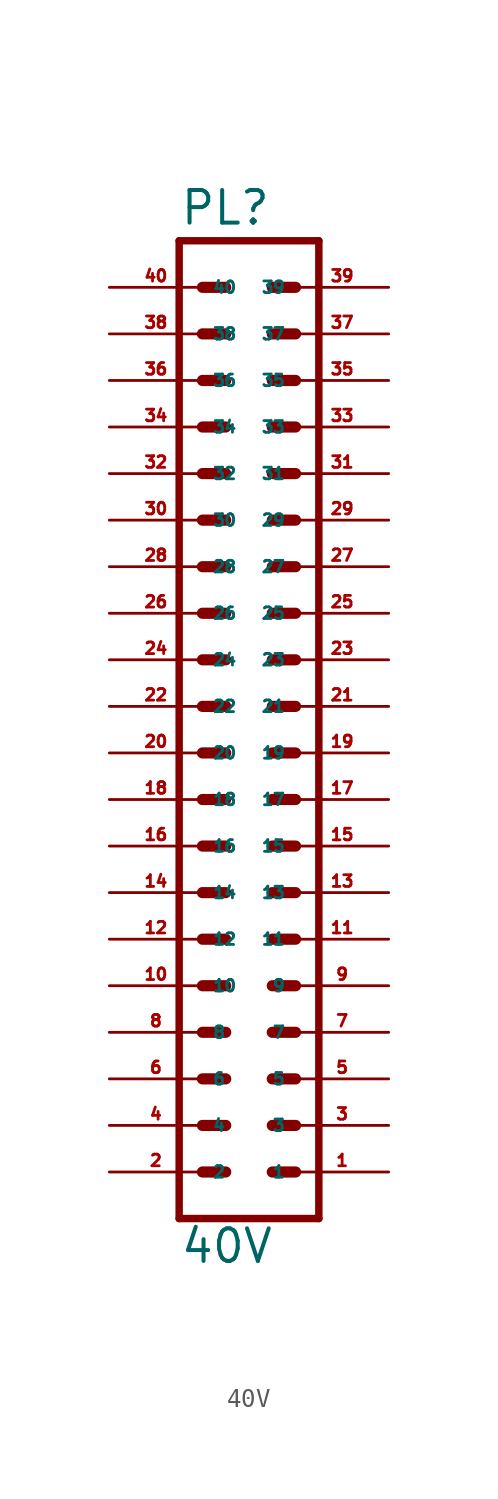
<source format=kicad_sym>
(kicad_symbol_lib
  (version 20220914)
  (generator Eagle2Kicad)
  (symbol "40V"
    (property "Reference" "PL"
      (at -3.81 26.162 0)
      (effects (font (size 1.778 1.778) (thickness 0.22)) (justify left bottom)))
    (property "Value" "40V"
      (at -3.81 -30.48 0)
      (effects (font (size 1.778 1.778) (thickness 0.22)) (justify left bottom)))
    (polyline
      (pts (xy 3.81 -27.94) (xy -3.81 -27.94))
      (stroke (width 0.406) (type default))
      (fill (type none)))
    (polyline
      (pts (xy 1.27 -15.24) (xy 2.54 -15.24))
      (stroke (width 0.61) (type default))
      (fill (type none)))
    (polyline
      (pts (xy 1.27 -17.78) (xy 2.54 -17.78))
      (stroke (width 0.61) (type default))
      (fill (type none)))
    (polyline
      (pts (xy 1.27 -20.32) (xy 2.54 -20.32))
      (stroke (width 0.61) (type default))
      (fill (type none)))
    (polyline
      (pts (xy 1.27 -22.86) (xy 2.54 -22.86))
      (stroke (width 0.61) (type default))
      (fill (type none)))
    (polyline
      (pts (xy 1.27 -25.4) (xy 2.54 -25.4))
      (stroke (width 0.61) (type default))
      (fill (type none)))
    (polyline
      (pts (xy -2.54 -15.24) (xy -1.27 -15.24))
      (stroke (width 0.61) (type default))
      (fill (type none)))
    (polyline
      (pts (xy -2.54 -17.78) (xy -1.27 -17.78))
      (stroke (width 0.61) (type default))
      (fill (type none)))
    (polyline
      (pts (xy -2.54 -20.32) (xy -1.27 -20.32))
      (stroke (width 0.61) (type default))
      (fill (type none)))
    (polyline
      (pts (xy -2.54 -22.86) (xy -1.27 -22.86))
      (stroke (width 0.61) (type default))
      (fill (type none)))
    (polyline
      (pts (xy -2.54 -25.4) (xy -1.27 -25.4))
      (stroke (width 0.61) (type default))
      (fill (type none)))
    (polyline
      (pts (xy 1.27 -2.54) (xy 2.54 -2.54))
      (stroke (width 0.61) (type default))
      (fill (type none)))
    (polyline
      (pts (xy 1.27 -5.08) (xy 2.54 -5.08))
      (stroke (width 0.61) (type default))
      (fill (type none)))
    (polyline
      (pts (xy 1.27 -7.62) (xy 2.54 -7.62))
      (stroke (width 0.61) (type default))
      (fill (type none)))
    (polyline
      (pts (xy 1.27 -10.16) (xy 2.54 -10.16))
      (stroke (width 0.61) (type default))
      (fill (type none)))
    (polyline
      (pts (xy 1.27 -12.7) (xy 2.54 -12.7))
      (stroke (width 0.61) (type default))
      (fill (type none)))
    (polyline
      (pts (xy -2.54 -2.54) (xy -1.27 -2.54))
      (stroke (width 0.61) (type default))
      (fill (type none)))
    (polyline
      (pts (xy -2.54 -5.08) (xy -1.27 -5.08))
      (stroke (width 0.61) (type default))
      (fill (type none)))
    (polyline
      (pts (xy -2.54 -7.62) (xy -1.27 -7.62))
      (stroke (width 0.61) (type default))
      (fill (type none)))
    (polyline
      (pts (xy -2.54 -10.16) (xy -1.27 -10.16))
      (stroke (width 0.61) (type default))
      (fill (type none)))
    (polyline
      (pts (xy -2.54 -12.7) (xy -1.27 -12.7))
      (stroke (width 0.61) (type default))
      (fill (type none)))
    (polyline
      (pts (xy 1.27 10.16) (xy 2.54 10.16))
      (stroke (width 0.61) (type default))
      (fill (type none)))
    (polyline
      (pts (xy 1.27 7.62) (xy 2.54 7.62))
      (stroke (width 0.61) (type default))
      (fill (type none)))
    (polyline
      (pts (xy 1.27 5.08) (xy 2.54 5.08))
      (stroke (width 0.61) (type default))
      (fill (type none)))
    (polyline
      (pts (xy 1.27 2.54) (xy 2.54 2.54))
      (stroke (width 0.61) (type default))
      (fill (type none)))
    (polyline
      (pts (xy 1.27 0) (xy 2.54 0))
      (stroke (width 0.61) (type default))
      (fill (type none)))
    (polyline
      (pts (xy -2.54 10.16) (xy -1.27 10.16))
      (stroke (width 0.61) (type default))
      (fill (type none)))
    (polyline
      (pts (xy -2.54 7.62) (xy -1.27 7.62))
      (stroke (width 0.61) (type default))
      (fill (type none)))
    (polyline
      (pts (xy -2.54 5.08) (xy -1.27 5.08))
      (stroke (width 0.61) (type default))
      (fill (type none)))
    (polyline
      (pts (xy -2.54 2.54) (xy -1.27 2.54))
      (stroke (width 0.61) (type default))
      (fill (type none)))
    (polyline
      (pts (xy -2.54 0) (xy -1.27 0))
      (stroke (width 0.61) (type default))
      (fill (type none)))
    (polyline
      (pts (xy -3.81 25.4) (xy -3.81 -27.94))
      (stroke (width 0.406) (type default))
      (fill (type none)))
    (polyline
      (pts (xy 3.81 -27.94) (xy 3.81 25.4))
      (stroke (width 0.406) (type default))
      (fill (type none)))
    (polyline
      (pts (xy -3.81 25.4) (xy 3.81 25.4))
      (stroke (width 0.406) (type default))
      (fill (type none)))
    (polyline
      (pts (xy 1.27 22.86) (xy 2.54 22.86))
      (stroke (width 0.61) (type default))
      (fill (type none)))
    (polyline
      (pts (xy 1.27 20.32) (xy 2.54 20.32))
      (stroke (width 0.61) (type default))
      (fill (type none)))
    (polyline
      (pts (xy 1.27 17.78) (xy 2.54 17.78))
      (stroke (width 0.61) (type default))
      (fill (type none)))
    (polyline
      (pts (xy 1.27 15.24) (xy 2.54 15.24))
      (stroke (width 0.61) (type default))
      (fill (type none)))
    (polyline
      (pts (xy 1.27 12.7) (xy 2.54 12.7))
      (stroke (width 0.61) (type default))
      (fill (type none)))
    (polyline
      (pts (xy -2.54 22.86) (xy -1.27 22.86))
      (stroke (width 0.61) (type default))
      (fill (type none)))
    (polyline
      (pts (xy -2.54 20.32) (xy -1.27 20.32))
      (stroke (width 0.61) (type default))
      (fill (type none)))
    (polyline
      (pts (xy -2.54 17.78) (xy -1.27 17.78))
      (stroke (width 0.61) (type default))
      (fill (type none)))
    (polyline
      (pts (xy -2.54 15.24) (xy -1.27 15.24))
      (stroke (width 0.61) (type default))
      (fill (type none)))
    (polyline
      (pts (xy -2.54 12.7) (xy -1.27 12.7))
      (stroke (width 0.61) (type default))
      (fill (type none)))
    (pin passive line
      (at 7.62 -25.4 180)
      (length 5.08)
      (name "1" (effects (font (size 0.635 0.635) (thickness 0.08)) (justify left bottom)))
      (number "1" (effects (font (size 0.635 0.635) (thickness 0.08)) (justify left bottom))))
    (pin passive line
      (at 7.62 -22.86 180)
      (length 5.08)
      (name "3" (effects (font (size 0.635 0.635) (thickness 0.08)) (justify left bottom)))
      (number "3" (effects (font (size 0.635 0.635) (thickness 0.08)) (justify left bottom))))
    (pin passive line
      (at 7.62 -20.32 180)
      (length 5.08)
      (name "5" (effects (font (size 0.635 0.635) (thickness 0.08)) (justify left bottom)))
      (number "5" (effects (font (size 0.635 0.635) (thickness 0.08)) (justify left bottom))))
    (pin passive line
      (at 7.62 -17.78 180)
      (length 5.08)
      (name "7" (effects (font (size 0.635 0.635) (thickness 0.08)) (justify left bottom)))
      (number "7" (effects (font (size 0.635 0.635) (thickness 0.08)) (justify left bottom))))
    (pin passive line
      (at 7.62 -15.24 180)
      (length 5.08)
      (name "9" (effects (font (size 0.635 0.635) (thickness 0.08)) (justify left bottom)))
      (number "9" (effects (font (size 0.635 0.635) (thickness 0.08)) (justify left bottom))))
    (pin passive line
      (at -7.62 -25.4 0)
      (length 5.08)
      (name "2" (effects (font (size 0.635 0.635) (thickness 0.08)) (justify left bottom)))
      (number "2" (effects (font (size 0.635 0.635) (thickness 0.08)) (justify left bottom))))
    (pin passive line
      (at -7.62 -22.86 0)
      (length 5.08)
      (name "4" (effects (font (size 0.635 0.635) (thickness 0.08)) (justify left bottom)))
      (number "4" (effects (font (size 0.635 0.635) (thickness 0.08)) (justify left bottom))))
    (pin passive line
      (at -7.62 -20.32 0)
      (length 5.08)
      (name "6" (effects (font (size 0.635 0.635) (thickness 0.08)) (justify left bottom)))
      (number "6" (effects (font (size 0.635 0.635) (thickness 0.08)) (justify left bottom))))
    (pin passive line
      (at -7.62 -17.78 0)
      (length 5.08)
      (name "8" (effects (font (size 0.635 0.635) (thickness 0.08)) (justify left bottom)))
      (number "8" (effects (font (size 0.635 0.635) (thickness 0.08)) (justify left bottom))))
    (pin passive line
      (at -7.62 -15.24 0)
      (length 5.08)
      (name "10" (effects (font (size 0.635 0.635) (thickness 0.08)) (justify left bottom)))
      (number "10" (effects (font (size 0.635 0.635) (thickness 0.08)) (justify left bottom))))
    (pin passive line
      (at 7.62 -12.7 180)
      (length 5.08)
      (name "11" (effects (font (size 0.635 0.635) (thickness 0.08)) (justify left bottom)))
      (number "11" (effects (font (size 0.635 0.635) (thickness 0.08)) (justify left bottom))))
    (pin passive line
      (at 7.62 -10.16 180)
      (length 5.08)
      (name "13" (effects (font (size 0.635 0.635) (thickness 0.08)) (justify left bottom)))
      (number "13" (effects (font (size 0.635 0.635) (thickness 0.08)) (justify left bottom))))
    (pin passive line
      (at 7.62 -7.62 180)
      (length 5.08)
      (name "15" (effects (font (size 0.635 0.635) (thickness 0.08)) (justify left bottom)))
      (number "15" (effects (font (size 0.635 0.635) (thickness 0.08)) (justify left bottom))))
    (pin passive line
      (at 7.62 -5.08 180)
      (length 5.08)
      (name "17" (effects (font (size 0.635 0.635) (thickness 0.08)) (justify left bottom)))
      (number "17" (effects (font (size 0.635 0.635) (thickness 0.08)) (justify left bottom))))
    (pin passive line
      (at 7.62 -2.54 180)
      (length 5.08)
      (name "19" (effects (font (size 0.635 0.635) (thickness 0.08)) (justify left bottom)))
      (number "19" (effects (font (size 0.635 0.635) (thickness 0.08)) (justify left bottom))))
    (pin passive line
      (at -7.62 -12.7 0)
      (length 5.08)
      (name "12" (effects (font (size 0.635 0.635) (thickness 0.08)) (justify left bottom)))
      (number "12" (effects (font (size 0.635 0.635) (thickness 0.08)) (justify left bottom))))
    (pin passive line
      (at -7.62 -10.16 0)
      (length 5.08)
      (name "14" (effects (font (size 0.635 0.635) (thickness 0.08)) (justify left bottom)))
      (number "14" (effects (font (size 0.635 0.635) (thickness 0.08)) (justify left bottom))))
    (pin passive line
      (at -7.62 -7.62 0)
      (length 5.08)
      (name "16" (effects (font (size 0.635 0.635) (thickness 0.08)) (justify left bottom)))
      (number "16" (effects (font (size 0.635 0.635) (thickness 0.08)) (justify left bottom))))
    (pin passive line
      (at -7.62 -5.08 0)
      (length 5.08)
      (name "18" (effects (font (size 0.635 0.635) (thickness 0.08)) (justify left bottom)))
      (number "18" (effects (font (size 0.635 0.635) (thickness 0.08)) (justify left bottom))))
    (pin passive line
      (at -7.62 -2.54 0)
      (length 5.08)
      (name "20" (effects (font (size 0.635 0.635) (thickness 0.08)) (justify left bottom)))
      (number "20" (effects (font (size 0.635 0.635) (thickness 0.08)) (justify left bottom))))
    (pin passive line
      (at 7.62 0 180)
      (length 5.08)
      (name "21" (effects (font (size 0.635 0.635) (thickness 0.08)) (justify left bottom)))
      (number "21" (effects (font (size 0.635 0.635) (thickness 0.08)) (justify left bottom))))
    (pin passive line
      (at 7.62 2.54 180)
      (length 5.08)
      (name "23" (effects (font (size 0.635 0.635) (thickness 0.08)) (justify left bottom)))
      (number "23" (effects (font (size 0.635 0.635) (thickness 0.08)) (justify left bottom))))
    (pin passive line
      (at 7.62 5.08 180)
      (length 5.08)
      (name "25" (effects (font (size 0.635 0.635) (thickness 0.08)) (justify left bottom)))
      (number "25" (effects (font (size 0.635 0.635) (thickness 0.08)) (justify left bottom))))
    (pin passive line
      (at 7.62 7.62 180)
      (length 5.08)
      (name "27" (effects (font (size 0.635 0.635) (thickness 0.08)) (justify left bottom)))
      (number "27" (effects (font (size 0.635 0.635) (thickness 0.08)) (justify left bottom))))
    (pin passive line
      (at 7.62 10.16 180)
      (length 5.08)
      (name "29" (effects (font (size 0.635 0.635) (thickness 0.08)) (justify left bottom)))
      (number "29" (effects (font (size 0.635 0.635) (thickness 0.08)) (justify left bottom))))
    (pin passive line
      (at -7.62 0 0)
      (length 5.08)
      (name "22" (effects (font (size 0.635 0.635) (thickness 0.08)) (justify left bottom)))
      (number "22" (effects (font (size 0.635 0.635) (thickness 0.08)) (justify left bottom))))
    (pin passive line
      (at -7.62 2.54 0)
      (length 5.08)
      (name "24" (effects (font (size 0.635 0.635) (thickness 0.08)) (justify left bottom)))
      (number "24" (effects (font (size 0.635 0.635) (thickness 0.08)) (justify left bottom))))
    (pin passive line
      (at -7.62 5.08 0)
      (length 5.08)
      (name "26" (effects (font (size 0.635 0.635) (thickness 0.08)) (justify left bottom)))
      (number "26" (effects (font (size 0.635 0.635) (thickness 0.08)) (justify left bottom))))
    (pin passive line
      (at -7.62 7.62 0)
      (length 5.08)
      (name "28" (effects (font (size 0.635 0.635) (thickness 0.08)) (justify left bottom)))
      (number "28" (effects (font (size 0.635 0.635) (thickness 0.08)) (justify left bottom))))
    (pin passive line
      (at -7.62 10.16 0)
      (length 5.08)
      (name "30" (effects (font (size 0.635 0.635) (thickness 0.08)) (justify left bottom)))
      (number "30" (effects (font (size 0.635 0.635) (thickness 0.08)) (justify left bottom))))
    (pin passive line
      (at 7.62 12.7 180)
      (length 5.08)
      (name "31" (effects (font (size 0.635 0.635) (thickness 0.08)) (justify left bottom)))
      (number "31" (effects (font (size 0.635 0.635) (thickness 0.08)) (justify left bottom))))
    (pin passive line
      (at 7.62 15.24 180)
      (length 5.08)
      (name "33" (effects (font (size 0.635 0.635) (thickness 0.08)) (justify left bottom)))
      (number "33" (effects (font (size 0.635 0.635) (thickness 0.08)) (justify left bottom))))
    (pin passive line
      (at 7.62 17.78 180)
      (length 5.08)
      (name "35" (effects (font (size 0.635 0.635) (thickness 0.08)) (justify left bottom)))
      (number "35" (effects (font (size 0.635 0.635) (thickness 0.08)) (justify left bottom))))
    (pin passive line
      (at 7.62 20.32 180)
      (length 5.08)
      (name "37" (effects (font (size 0.635 0.635) (thickness 0.08)) (justify left bottom)))
      (number "37" (effects (font (size 0.635 0.635) (thickness 0.08)) (justify left bottom))))
    (pin passive line
      (at 7.62 22.86 180)
      (length 5.08)
      (name "39" (effects (font (size 0.635 0.635) (thickness 0.08)) (justify left bottom)))
      (number "39" (effects (font (size 0.635 0.635) (thickness 0.08)) (justify left bottom))))
    (pin passive line
      (at -7.62 12.7 0)
      (length 5.08)
      (name "32" (effects (font (size 0.635 0.635) (thickness 0.08)) (justify left bottom)))
      (number "32" (effects (font (size 0.635 0.635) (thickness 0.08)) (justify left bottom))))
    (pin passive line
      (at -7.62 15.24 0)
      (length 5.08)
      (name "34" (effects (font (size 0.635 0.635) (thickness 0.08)) (justify left bottom)))
      (number "34" (effects (font (size 0.635 0.635) (thickness 0.08)) (justify left bottom))))
    (pin passive line
      (at -7.62 17.78 0)
      (length 5.08)
      (name "36" (effects (font (size 0.635 0.635) (thickness 0.08)) (justify left bottom)))
      (number "36" (effects (font (size 0.635 0.635) (thickness 0.08)) (justify left bottom))))
    (pin passive line
      (at -7.62 20.32 0)
      (length 5.08)
      (name "38" (effects (font (size 0.635 0.635) (thickness 0.08)) (justify left bottom)))
      (number "38" (effects (font (size 0.635 0.635) (thickness 0.08)) (justify left bottom))))
    (pin passive line
      (at -7.62 22.86 0)
      (length 5.08)
      (name "40" (effects (font (size 0.635 0.635) (thickness 0.08)) (justify left bottom)))
      (number "40" (effects (font (size 0.635 0.635) (thickness 0.08)) (justify left bottom))))))
</source>
